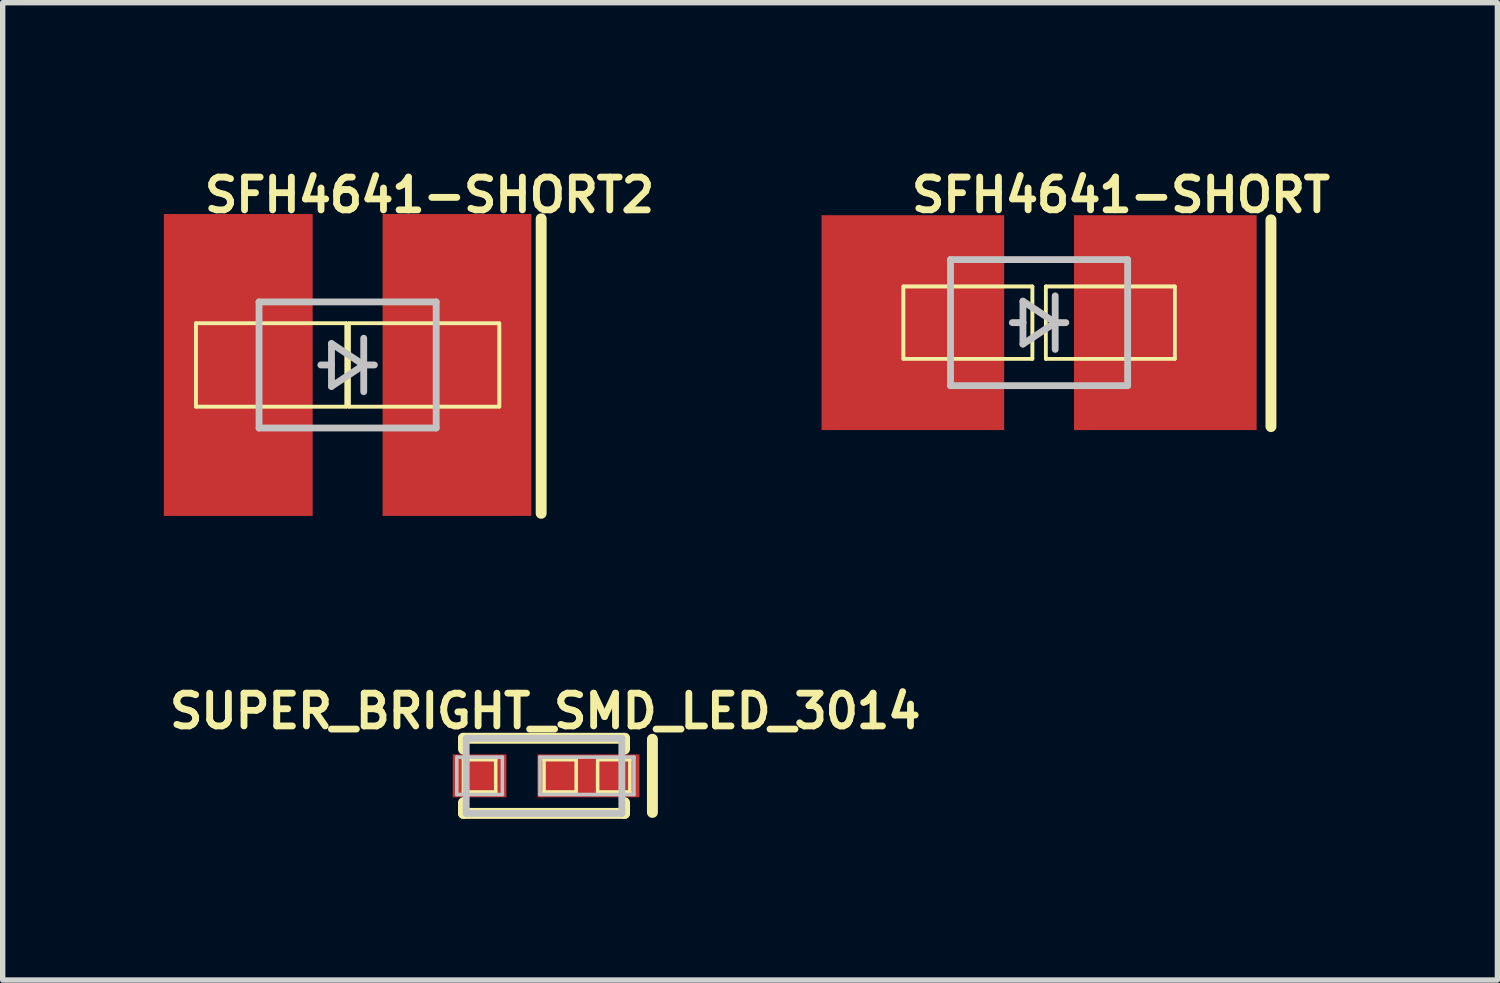
<source format=kicad_pcb>
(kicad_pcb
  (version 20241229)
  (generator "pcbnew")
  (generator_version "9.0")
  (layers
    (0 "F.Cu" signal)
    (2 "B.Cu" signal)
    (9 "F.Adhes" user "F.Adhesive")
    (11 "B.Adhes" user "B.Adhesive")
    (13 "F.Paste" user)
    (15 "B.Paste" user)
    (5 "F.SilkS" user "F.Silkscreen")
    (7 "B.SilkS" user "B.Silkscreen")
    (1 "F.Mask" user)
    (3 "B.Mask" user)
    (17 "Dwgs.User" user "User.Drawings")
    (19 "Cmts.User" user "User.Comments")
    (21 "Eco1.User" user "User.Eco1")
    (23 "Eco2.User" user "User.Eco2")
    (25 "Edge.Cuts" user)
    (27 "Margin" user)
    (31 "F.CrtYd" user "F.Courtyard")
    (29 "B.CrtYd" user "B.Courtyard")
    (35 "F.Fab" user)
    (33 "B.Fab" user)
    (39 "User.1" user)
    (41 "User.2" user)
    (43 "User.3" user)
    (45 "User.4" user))
  (footprint "SFH4641-SHORT2"
    (layer "F.Cu")
    (at 3.419 3.742)
    (property "Reference" "SFH4641-SHORT2" (at 1.524 -3.162 0) (layer "F.SilkS") (effects (font (size 0.61 0.61) (thickness 0.127))))
    (attr smd)
    (fp_line (start -2.824 -0.775) (end -0.023 -0.775) (stroke (width 0.066) (type solid)) (layer "F.SilkS"))
    (fp_line (start -2.824 -0.775) (end -0.023 -0.775) (stroke (width 0.066) (type solid)) (layer "F.SilkS"))
    (fp_line (start -2.824 0.775) (end -2.824 -0.775) (stroke (width 0.066) (type solid)) (layer "F.SilkS"))
    (fp_line (start -2.824 0.775) (end -2.824 -0.775) (stroke (width 0.066) (type solid)) (layer "F.SilkS"))
    (fp_line (start -2.824 0.775) (end -0.023 0.775) (stroke (width 0.066) (type solid)) (layer "F.SilkS"))
    (fp_line (start -2.824 0.775) (end -0.023 0.775) (stroke (width 0.066) (type solid)) (layer "F.SilkS"))
    (fp_line (start -0.023 0.775) (end -0.023 -0.775) (stroke (width 0.066) (type solid)) (layer "F.SilkS"))
    (fp_line (start -0.023 0.775) (end -0.023 -0.775) (stroke (width 0.066) (type solid)) (layer "F.SilkS"))
    (fp_line (start 0.023 -0.775) (end 2.824 -0.775) (stroke (width 0.066) (type solid)) (layer "F.SilkS"))
    (fp_line (start 0.023 -0.775) (end 2.824 -0.775) (stroke (width 0.066) (type solid)) (layer "F.SilkS"))
    (fp_line (start 0.023 0.775) (end 0.023 -0.775) (stroke (width 0.066) (type solid)) (layer "F.SilkS"))
    (fp_line (start 0.023 0.775) (end 0.023 -0.775) (stroke (width 0.066) (type solid)) (layer "F.SilkS"))
    (fp_line (start 0.023 0.775) (end 2.824 0.775) (stroke (width 0.066) (type solid)) (layer "F.SilkS"))
    (fp_line (start 0.023 0.775) (end 2.824 0.775) (stroke (width 0.066) (type solid)) (layer "F.SilkS"))
    (fp_line (start 2.824 0.775) (end 2.824 -0.775) (stroke (width 0.066) (type solid)) (layer "F.SilkS"))
    (fp_line (start 2.824 0.775) (end 2.824 -0.775) (stroke (width 0.066) (type solid)) (layer "F.SilkS"))
    (fp_line (start 3.602 -2.72) (end 3.602 2.761) (stroke (width 0.203) (type solid)) (layer "F.SilkS"))
    (fp_line (start -1.648 -1.173) (end -1.648 1.173) (stroke (width 0.127) (type solid)) (layer "Dwgs.User"))
    (fp_line (start -1.648 1.173) (end 1.648 1.173) (stroke (width 0.127) (type solid)) (layer "Dwgs.User"))
    (fp_line (start -0.3 -0.399) (end -0.3 0) (stroke (width 0.127) (type solid)) (layer "Dwgs.User"))
    (fp_line (start -0.3 0) (end -0.498 0) (stroke (width 0.127) (type solid)) (layer "Dwgs.User"))
    (fp_line (start -0.3 0) (end -0.3 0.399) (stroke (width 0.127) (type solid)) (layer "Dwgs.User"))
    (fp_line (start -0.3 0.399) (end 0.3 0) (stroke (width 0.127) (type solid)) (layer "Dwgs.User"))
    (fp_line (start 0.3 -0.498) (end 0.3 0) (stroke (width 0.127) (type solid)) (layer "Dwgs.User"))
    (fp_line (start 0.3 0) (end -0.3 -0.399) (stroke (width 0.127) (type solid)) (layer "Dwgs.User"))
    (fp_line (start 0.3 0) (end 0.3 0.498) (stroke (width 0.127) (type solid)) (layer "Dwgs.User"))
    (fp_line (start 0.498 0) (end 0.3 0) (stroke (width 0.127) (type solid)) (layer "Dwgs.User"))
    (fp_line (start 1.648 -1.173) (end -1.648 -1.173) (stroke (width 0.127) (type solid)) (layer "Dwgs.User"))
    (fp_line (start 1.648 1.173) (end 1.648 -1.173) (stroke (width 0.127) (type solid)) (layer "Dwgs.User"))
    (pad "A" smd rect (at -2.035 0 90) (size 5.618 2.769) (layers "F.Cu" "F.Mask" "F.Paste"))
    (pad "C" smd rect (at 2.035 0 270) (size 5.618 2.769) (layers "F.Cu" "F.Mask" "F.Paste")))
  (footprint "SFH4641-SHORT"
    (layer "F.Cu")
    (at 16.287 2.954)
    (property "Reference" "SFH4641-SHORT" (at 1.524 -2.375 0) (layer "F.SilkS") (effects (font (size 0.61 0.61) (thickness 0.127))))
    (attr smd)
    (fp_line (start -2.525 -0.673) (end -0.124 -0.673) (stroke (width 0.066) (type solid)) (layer "F.SilkS"))
    (fp_line (start -2.525 -0.673) (end -0.124 -0.673) (stroke (width 0.066) (type solid)) (layer "F.SilkS"))
    (fp_line (start -2.525 0.673) (end -2.525 -0.673) (stroke (width 0.066) (type solid)) (layer "F.SilkS"))
    (fp_line (start -2.525 0.673) (end -2.525 -0.673) (stroke (width 0.066) (type solid)) (layer "F.SilkS"))
    (fp_line (start -2.525 0.673) (end -0.124 0.673) (stroke (width 0.066) (type solid)) (layer "F.SilkS"))
    (fp_line (start -2.525 0.673) (end -0.124 0.673) (stroke (width 0.066) (type solid)) (layer "F.SilkS"))
    (fp_line (start -0.124 0.673) (end -0.124 -0.673) (stroke (width 0.066) (type solid)) (layer "F.SilkS"))
    (fp_line (start -0.124 0.673) (end -0.124 -0.673) (stroke (width 0.066) (type solid)) (layer "F.SilkS"))
    (fp_line (start 0.124 -0.673) (end 2.525 -0.673) (stroke (width 0.066) (type solid)) (layer "F.SilkS"))
    (fp_line (start 0.124 -0.673) (end 2.525 -0.673) (stroke (width 0.066) (type solid)) (layer "F.SilkS"))
    (fp_line (start 0.124 0.673) (end 0.124 -0.673) (stroke (width 0.066) (type solid)) (layer "F.SilkS"))
    (fp_line (start 0.124 0.673) (end 0.124 -0.673) (stroke (width 0.066) (type solid)) (layer "F.SilkS"))
    (fp_line (start 0.124 0.673) (end 2.525 0.673) (stroke (width 0.066) (type solid)) (layer "F.SilkS"))
    (fp_line (start 0.124 0.673) (end 2.525 0.673) (stroke (width 0.066) (type solid)) (layer "F.SilkS"))
    (fp_line (start 2.525 0.673) (end 2.525 -0.673) (stroke (width 0.066) (type solid)) (layer "F.SilkS"))
    (fp_line (start 2.525 0.673) (end 2.525 -0.673) (stroke (width 0.066) (type solid)) (layer "F.SilkS"))
    (fp_line (start 4.315 -1.913) (end 4.315 1.935) (stroke (width 0.203) (type solid)) (layer "F.SilkS"))
    (fp_line (start -1.648 -1.173) (end -1.648 1.173) (stroke (width 0.127) (type solid)) (layer "Dwgs.User"))
    (fp_line (start -1.648 1.173) (end 1.648 1.173) (stroke (width 0.127) (type solid)) (layer "Dwgs.User"))
    (fp_line (start -0.3 -0.399) (end -0.3 0) (stroke (width 0.127) (type solid)) (layer "Dwgs.User"))
    (fp_line (start -0.3 0) (end -0.498 0) (stroke (width 0.127) (type solid)) (layer "Dwgs.User"))
    (fp_line (start -0.3 0) (end -0.3 0.399) (stroke (width 0.127) (type solid)) (layer "Dwgs.User"))
    (fp_line (start -0.3 0.399) (end 0.3 0) (stroke (width 0.127) (type solid)) (layer "Dwgs.User"))
    (fp_line (start 0.3 -0.498) (end 0.3 0) (stroke (width 0.127) (type solid)) (layer "Dwgs.User"))
    (fp_line (start 0.3 0) (end -0.3 -0.399) (stroke (width 0.127) (type solid)) (layer "Dwgs.User"))
    (fp_line (start 0.3 0) (end 0.3 0.498) (stroke (width 0.127) (type solid)) (layer "Dwgs.User"))
    (fp_line (start 0.498 0) (end 0.3 0) (stroke (width 0.127) (type solid)) (layer "Dwgs.User"))
    (fp_line (start 1.648 -1.173) (end -1.648 -1.173) (stroke (width 0.127) (type solid)) (layer "Dwgs.User"))
    (fp_line (start 1.648 1.173) (end 1.648 -1.173) (stroke (width 0.127) (type solid)) (layer "Dwgs.User"))
    (pad "A" smd rect (at -2.349 0 90) (size 3.998 3.399) (layers "F.Cu" "F.Mask" "F.Paste"))
    (pad "C" smd rect (at 2.349 0 270) (size 3.998 3.399) (layers "F.Cu" "F.Mask" "F.Paste")))
  (footprint "SUPER_BRIGHT_SMD_LED_3014"
    (layer "F.Cu")
    (at 7.074 11.388)
    (property "Reference" "SUPER_BRIGHT_SMD_LED_3014" (at 0.023 -1.204 0) (layer "F.SilkS") (effects (font (size 0.61 0.61) (thickness 0.127))))
    (attr smd)
    (fp_line (start -1.499 -0.699) (end -1.499 -0.498) (stroke (width 0.203) (type solid)) (layer "F.SilkS"))
    (fp_line (start -1.499 -0.699) (end 1.499 -0.699) (stroke (width 0.203) (type solid)) (layer "F.SilkS"))
    (fp_line (start -1.499 -0.3) (end -0.899 -0.3) (stroke (width 0.066) (type solid)) (layer "F.SilkS"))
    (fp_line (start -1.499 0.3) (end -1.499 -0.3) (stroke (width 0.066) (type solid)) (layer "F.SilkS"))
    (fp_line (start -1.499 0.3) (end -0.899 0.3) (stroke (width 0.066) (type solid)) (layer "F.SilkS"))
    (fp_line (start -1.499 0.699) (end -1.499 0.498) (stroke (width 0.203) (type solid)) (layer "F.SilkS"))
    (fp_line (start -0.899 0.3) (end -0.899 -0.3) (stroke (width 0.066) (type solid)) (layer "F.SilkS"))
    (fp_line (start 0 -0.3) (end 0.599 -0.3) (stroke (width 0.066) (type solid)) (layer "F.SilkS"))
    (fp_line (start 0 0.3) (end 0 -0.3) (stroke (width 0.066) (type solid)) (layer "F.SilkS"))
    (fp_line (start 0 0.3) (end 0.599 0.3) (stroke (width 0.066) (type solid)) (layer "F.SilkS"))
    (fp_line (start 0.599 0.3) (end 0.599 -0.3) (stroke (width 0.066) (type solid)) (layer "F.SilkS"))
    (fp_line (start 0.998 -0.3) (end 1.598 -0.3) (stroke (width 0.066) (type solid)) (layer "F.SilkS"))
    (fp_line (start 0.998 0.3) (end 0.998 -0.3) (stroke (width 0.066) (type solid)) (layer "F.SilkS"))
    (fp_line (start 0.998 0.3) (end 1.598 0.3) (stroke (width 0.066) (type solid)) (layer "F.SilkS"))
    (fp_line (start 1.499 -0.699) (end 1.499 -0.498) (stroke (width 0.203) (type solid)) (layer "F.SilkS"))
    (fp_line (start 1.499 0.498) (end 1.499 0.699) (stroke (width 0.203) (type solid)) (layer "F.SilkS"))
    (fp_line (start 1.499 0.699) (end -1.499 0.699) (stroke (width 0.203) (type solid)) (layer "F.SilkS"))
    (fp_line (start 1.598 0.3) (end 1.598 -0.3) (stroke (width 0.066) (type solid)) (layer "F.SilkS"))
    (fp_line (start 2.017 -0.681) (end 2.017 0.681) (stroke (width 0.203) (type solid)) (layer "F.SilkS"))
    (fp_line (start -1.623 -0.348) (end -0.775 -0.348) (stroke (width 0.066) (type solid)) (layer "Dwgs.User"))
    (fp_line (start -1.623 0.348) (end -1.623 -0.348) (stroke (width 0.066) (type solid)) (layer "Dwgs.User"))
    (fp_line (start -1.623 0.348) (end -0.775 0.348) (stroke (width 0.066) (type solid)) (layer "Dwgs.User"))
    (fp_line (start -1.448 -0.699) (end 1.448 -0.699) (stroke (width 0.127) (type solid)) (layer "Dwgs.User"))
    (fp_line (start -1.448 0.699) (end -1.448 -0.699) (stroke (width 0.127) (type solid)) (layer "Dwgs.User"))
    (fp_line (start -0.775 0.348) (end -0.775 -0.348) (stroke (width 0.066) (type solid)) (layer "Dwgs.User"))
    (fp_line (start -0.074 -0.348) (end 1.674 -0.348) (stroke (width 0.066) (type solid)) (layer "Dwgs.User"))
    (fp_line (start -0.074 0.348) (end -0.074 -0.348) (stroke (width 0.066) (type solid)) (layer "Dwgs.User"))
    (fp_line (start -0.074 0.348) (end 1.674 0.348) (stroke (width 0.066) (type solid)) (layer "Dwgs.User"))
    (fp_line (start 1.448 -0.699) (end 1.448 0.699) (stroke (width 0.127) (type solid)) (layer "Dwgs.User"))
    (fp_line (start 1.448 0.699) (end -1.448 0.699) (stroke (width 0.127) (type solid)) (layer "Dwgs.User"))
    (fp_line (start 1.674 0.348) (end 1.674 -0.348) (stroke (width 0.066) (type solid)) (layer "Dwgs.User"))
    (pad "A" smd rect (at -1.199 0 90) (size 0.798 0.998) (layers "F.Cu" "F.Mask" "F.Paste"))
    (pad "C" smd rect (at 0.826 0 90) (size 0.798 1.9) (layers "F.Cu" "F.Mask" "F.Paste")))
  (gr_rect
    (start -3 -3)
    (end 24.816 15.188)
    (stroke (width 0.1) (type default))
    (fill no)
    (layer "Edge.Cuts")))
</source>
